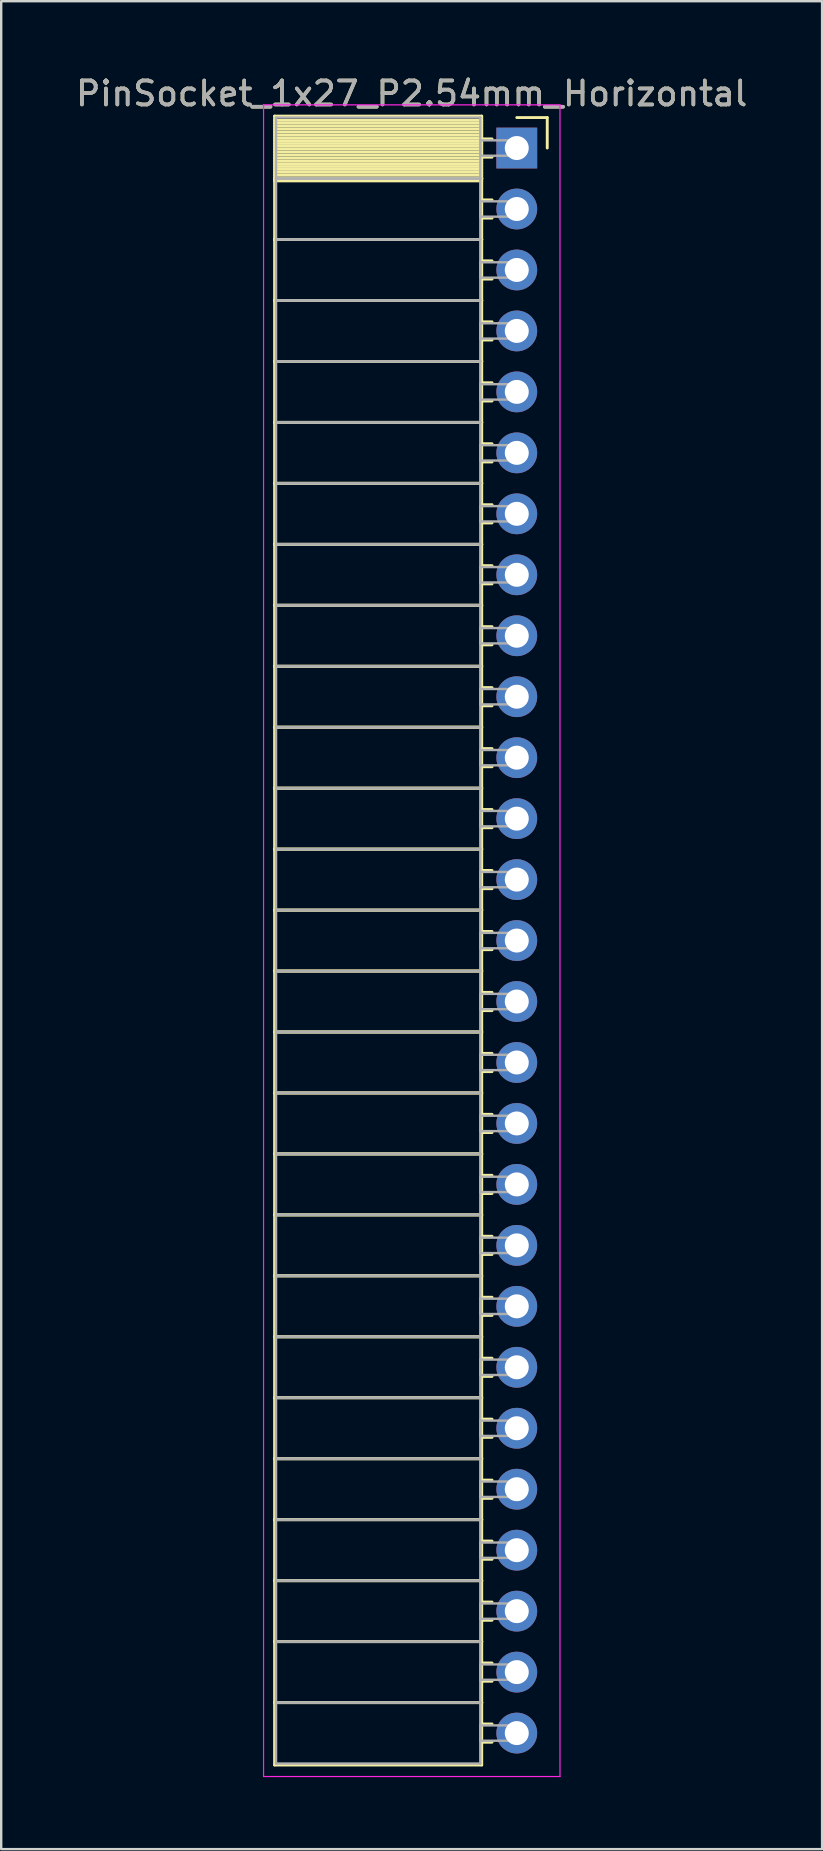
<source format=kicad_pcb>
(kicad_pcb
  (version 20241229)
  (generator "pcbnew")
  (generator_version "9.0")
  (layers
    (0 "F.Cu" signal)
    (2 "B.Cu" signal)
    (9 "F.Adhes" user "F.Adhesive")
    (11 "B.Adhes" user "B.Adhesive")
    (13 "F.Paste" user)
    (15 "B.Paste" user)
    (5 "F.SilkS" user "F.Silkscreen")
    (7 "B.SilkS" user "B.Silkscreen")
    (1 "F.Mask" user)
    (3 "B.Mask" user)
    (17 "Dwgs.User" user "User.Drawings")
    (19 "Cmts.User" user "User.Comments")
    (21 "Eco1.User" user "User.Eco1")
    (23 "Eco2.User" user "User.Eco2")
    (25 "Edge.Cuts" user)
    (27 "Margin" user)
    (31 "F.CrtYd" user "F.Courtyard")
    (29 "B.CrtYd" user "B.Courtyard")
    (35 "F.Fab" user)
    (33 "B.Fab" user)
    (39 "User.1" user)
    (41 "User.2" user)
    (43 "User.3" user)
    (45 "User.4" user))
  (footprint "PinSocket_1x27_P2.54mm_Horizontal"
    (layer "F.Cu")
    (at 18.481 3.118)
    (property "Reference" "PinSocket_1x27_P2.54mm_Horizontal" (at -4.38 -2.27 0) (layer "F.SilkS") (effects (font (size 1 1) (thickness 0.15))))
    (attr through_hole)
    (fp_line (start -10.09 -1.33) (end -1.46 -1.33) (stroke (width 0.12) (type solid)) (layer "F.SilkS"))
    (fp_line (start -10.09 1.27) (end -10.09 -1.33) (stroke (width 0.12) (type solid)) (layer "F.SilkS"))
    (fp_line (start -10.09 1.27) (end -1.46 1.27) (stroke (width 0.12) (type solid)) (layer "F.SilkS"))
    (fp_line (start -10.09 3.81) (end -10.09 1.27) (stroke (width 0.12) (type solid)) (layer "F.SilkS"))
    (fp_line (start -10.09 3.81) (end -1.46 3.81) (stroke (width 0.12) (type solid)) (layer "F.SilkS"))
    (fp_line (start -10.09 6.35) (end -10.09 3.81) (stroke (width 0.12) (type solid)) (layer "F.SilkS"))
    (fp_line (start -10.09 6.35) (end -1.46 6.35) (stroke (width 0.12) (type solid)) (layer "F.SilkS"))
    (fp_line (start -10.09 8.89) (end -10.09 6.35) (stroke (width 0.12) (type solid)) (layer "F.SilkS"))
    (fp_line (start -10.09 8.89) (end -1.46 8.89) (stroke (width 0.12) (type solid)) (layer "F.SilkS"))
    (fp_line (start -10.09 11.43) (end -10.09 8.89) (stroke (width 0.12) (type solid)) (layer "F.SilkS"))
    (fp_line (start -10.09 11.43) (end -1.46 11.43) (stroke (width 0.12) (type solid)) (layer "F.SilkS"))
    (fp_line (start -10.09 13.97) (end -10.09 11.43) (stroke (width 0.12) (type solid)) (layer "F.SilkS"))
    (fp_line (start -10.09 13.97) (end -1.46 13.97) (stroke (width 0.12) (type solid)) (layer "F.SilkS"))
    (fp_line (start -10.09 16.51) (end -10.09 13.97) (stroke (width 0.12) (type solid)) (layer "F.SilkS"))
    (fp_line (start -10.09 16.51) (end -1.46 16.51) (stroke (width 0.12) (type solid)) (layer "F.SilkS"))
    (fp_line (start -10.09 19.05) (end -10.09 16.51) (stroke (width 0.12) (type solid)) (layer "F.SilkS"))
    (fp_line (start -10.09 19.05) (end -1.46 19.05) (stroke (width 0.12) (type solid)) (layer "F.SilkS"))
    (fp_line (start -10.09 21.59) (end -10.09 19.05) (stroke (width 0.12) (type solid)) (layer "F.SilkS"))
    (fp_line (start -10.09 21.59) (end -1.46 21.59) (stroke (width 0.12) (type solid)) (layer "F.SilkS"))
    (fp_line (start -10.09 24.13) (end -10.09 21.59) (stroke (width 0.12) (type solid)) (layer "F.SilkS"))
    (fp_line (start -10.09 24.13) (end -1.46 24.13) (stroke (width 0.12) (type solid)) (layer "F.SilkS"))
    (fp_line (start -10.09 26.67) (end -10.09 24.13) (stroke (width 0.12) (type solid)) (layer "F.SilkS"))
    (fp_line (start -10.09 26.67) (end -1.46 26.67) (stroke (width 0.12) (type solid)) (layer "F.SilkS"))
    (fp_line (start -10.09 29.21) (end -10.09 26.67) (stroke (width 0.12) (type solid)) (layer "F.SilkS"))
    (fp_line (start -10.09 29.21) (end -1.46 29.21) (stroke (width 0.12) (type solid)) (layer "F.SilkS"))
    (fp_line (start -10.09 31.75) (end -10.09 29.21) (stroke (width 0.12) (type solid)) (layer "F.SilkS"))
    (fp_line (start -10.09 31.75) (end -1.46 31.75) (stroke (width 0.12) (type solid)) (layer "F.SilkS"))
    (fp_line (start -10.09 34.29) (end -10.09 31.75) (stroke (width 0.12) (type solid)) (layer "F.SilkS"))
    (fp_line (start -10.09 34.29) (end -1.46 34.29) (stroke (width 0.12) (type solid)) (layer "F.SilkS"))
    (fp_line (start -10.09 36.83) (end -10.09 34.29) (stroke (width 0.12) (type solid)) (layer "F.SilkS"))
    (fp_line (start -10.09 36.83) (end -1.46 36.83) (stroke (width 0.12) (type solid)) (layer "F.SilkS"))
    (fp_line (start -10.09 39.37) (end -10.09 36.83) (stroke (width 0.12) (type solid)) (layer "F.SilkS"))
    (fp_line (start -10.09 39.37) (end -1.46 39.37) (stroke (width 0.12) (type solid)) (layer "F.SilkS"))
    (fp_line (start -10.09 41.91) (end -10.09 39.37) (stroke (width 0.12) (type solid)) (layer "F.SilkS"))
    (fp_line (start -10.09 41.91) (end -1.46 41.91) (stroke (width 0.12) (type solid)) (layer "F.SilkS"))
    (fp_line (start -10.09 44.45) (end -10.09 41.91) (stroke (width 0.12) (type solid)) (layer "F.SilkS"))
    (fp_line (start -10.09 44.45) (end -1.46 44.45) (stroke (width 0.12) (type solid)) (layer "F.SilkS"))
    (fp_line (start -10.09 46.99) (end -10.09 44.45) (stroke (width 0.12) (type solid)) (layer "F.SilkS"))
    (fp_line (start -10.09 46.99) (end -1.46 46.99) (stroke (width 0.12) (type solid)) (layer "F.SilkS"))
    (fp_line (start -10.09 49.53) (end -10.09 46.99) (stroke (width 0.12) (type solid)) (layer "F.SilkS"))
    (fp_line (start -10.09 49.53) (end -1.46 49.53) (stroke (width 0.12) (type solid)) (layer "F.SilkS"))
    (fp_line (start -10.09 52.07) (end -10.09 49.53) (stroke (width 0.12) (type solid)) (layer "F.SilkS"))
    (fp_line (start -10.09 52.07) (end -1.46 52.07) (stroke (width 0.12) (type solid)) (layer "F.SilkS"))
    (fp_line (start -10.09 54.61) (end -10.09 52.07) (stroke (width 0.12) (type solid)) (layer "F.SilkS"))
    (fp_line (start -10.09 54.61) (end -1.46 54.61) (stroke (width 0.12) (type solid)) (layer "F.SilkS"))
    (fp_line (start -10.09 57.15) (end -10.09 54.61) (stroke (width 0.12) (type solid)) (layer "F.SilkS"))
    (fp_line (start -10.09 57.15) (end -1.46 57.15) (stroke (width 0.12) (type solid)) (layer "F.SilkS"))
    (fp_line (start -10.09 59.69) (end -10.09 57.15) (stroke (width 0.12) (type solid)) (layer "F.SilkS"))
    (fp_line (start -10.09 59.69) (end -1.46 59.69) (stroke (width 0.12) (type solid)) (layer "F.SilkS"))
    (fp_line (start -10.09 62.23) (end -10.09 59.69) (stroke (width 0.12) (type solid)) (layer "F.SilkS"))
    (fp_line (start -10.09 62.23) (end -1.46 62.23) (stroke (width 0.12) (type solid)) (layer "F.SilkS"))
    (fp_line (start -10.09 64.77) (end -10.09 62.23) (stroke (width 0.12) (type solid)) (layer "F.SilkS"))
    (fp_line (start -10.09 64.77) (end -1.46 64.77) (stroke (width 0.12) (type solid)) (layer "F.SilkS"))
    (fp_line (start -10.09 67.37) (end -10.09 64.77) (stroke (width 0.12) (type solid)) (layer "F.SilkS"))
    (fp_line (start -1.46 -1.33) (end -1.46 1.27) (stroke (width 0.12) (type solid)) (layer "F.SilkS"))
    (fp_line (start -1.46 -1.15) (end -10.09 -1.15) (stroke (width 0.12) (type solid)) (layer "F.SilkS"))
    (fp_line (start -1.46 -1.03) (end -10.09 -1.03) (stroke (width 0.12) (type solid)) (layer "F.SilkS"))
    (fp_line (start -1.46 -0.91) (end -10.09 -0.91) (stroke (width 0.12) (type solid)) (layer "F.SilkS"))
    (fp_line (start -1.46 -0.79) (end -10.09 -0.79) (stroke (width 0.12) (type solid)) (layer "F.SilkS"))
    (fp_line (start -1.46 -0.67) (end -10.09 -0.67) (stroke (width 0.12) (type solid)) (layer "F.SilkS"))
    (fp_line (start -1.46 -0.55) (end -10.09 -0.55) (stroke (width 0.12) (type solid)) (layer "F.SilkS"))
    (fp_line (start -1.46 -0.43) (end -10.09 -0.43) (stroke (width 0.12) (type solid)) (layer "F.SilkS"))
    (fp_line (start -1.46 -0.31) (end -10.09 -0.31) (stroke (width 0.12) (type solid)) (layer "F.SilkS"))
    (fp_line (start -1.46 -0.19) (end -10.09 -0.19) (stroke (width 0.12) (type solid)) (layer "F.SilkS"))
    (fp_line (start -1.46 -0.07) (end -10.09 -0.07) (stroke (width 0.12) (type solid)) (layer "F.SilkS"))
    (fp_line (start -1.46 0.05) (end -10.09 0.05) (stroke (width 0.12) (type solid)) (layer "F.SilkS"))
    (fp_line (start -1.46 0.17) (end -10.09 0.17) (stroke (width 0.12) (type solid)) (layer "F.SilkS"))
    (fp_line (start -1.46 0.29) (end -10.09 0.29) (stroke (width 0.12) (type solid)) (layer "F.SilkS"))
    (fp_line (start -1.46 0.41) (end -10.09 0.41) (stroke (width 0.12) (type solid)) (layer "F.SilkS"))
    (fp_line (start -1.46 0.53) (end -10.09 0.53) (stroke (width 0.12) (type solid)) (layer "F.SilkS"))
    (fp_line (start -1.46 0.65) (end -10.09 0.65) (stroke (width 0.12) (type solid)) (layer "F.SilkS"))
    (fp_line (start -1.46 0.77) (end -10.09 0.77) (stroke (width 0.12) (type solid)) (layer "F.SilkS"))
    (fp_line (start -1.46 0.89) (end -10.09 0.89) (stroke (width 0.12) (type solid)) (layer "F.SilkS"))
    (fp_line (start -1.46 1.01) (end -10.09 1.01) (stroke (width 0.12) (type solid)) (layer "F.SilkS"))
    (fp_line (start -1.46 1.13) (end -10.09 1.13) (stroke (width 0.12) (type solid)) (layer "F.SilkS"))
    (fp_line (start -1.46 1.25) (end -10.09 1.25) (stroke (width 0.12) (type solid)) (layer "F.SilkS"))
    (fp_line (start -1.46 1.27) (end -10.09 1.27) (stroke (width 0.12) (type solid)) (layer "F.SilkS"))
    (fp_line (start -1.46 1.27) (end -1.46 3.81) (stroke (width 0.12) (type solid)) (layer "F.SilkS"))
    (fp_line (start -1.46 1.37) (end -10.09 1.37) (stroke (width 0.12) (type solid)) (layer "F.SilkS"))
    (fp_line (start -1.46 3.81) (end -10.09 3.81) (stroke (width 0.12) (type solid)) (layer "F.SilkS"))
    (fp_line (start -1.46 3.81) (end -1.46 6.35) (stroke (width 0.12) (type solid)) (layer "F.SilkS"))
    (fp_line (start -1.46 6.35) (end -10.09 6.35) (stroke (width 0.12) (type solid)) (layer "F.SilkS"))
    (fp_line (start -1.46 6.35) (end -1.46 8.89) (stroke (width 0.12) (type solid)) (layer "F.SilkS"))
    (fp_line (start -1.46 8.89) (end -10.09 8.89) (stroke (width 0.12) (type solid)) (layer "F.SilkS"))
    (fp_line (start -1.46 8.89) (end -1.46 11.43) (stroke (width 0.12) (type solid)) (layer "F.SilkS"))
    (fp_line (start -1.46 11.43) (end -10.09 11.43) (stroke (width 0.12) (type solid)) (layer "F.SilkS"))
    (fp_line (start -1.46 11.43) (end -1.46 13.97) (stroke (width 0.12) (type solid)) (layer "F.SilkS"))
    (fp_line (start -1.46 13.97) (end -10.09 13.97) (stroke (width 0.12) (type solid)) (layer "F.SilkS"))
    (fp_line (start -1.46 13.97) (end -1.46 16.51) (stroke (width 0.12) (type solid)) (layer "F.SilkS"))
    (fp_line (start -1.46 16.51) (end -10.09 16.51) (stroke (width 0.12) (type solid)) (layer "F.SilkS"))
    (fp_line (start -1.46 16.51) (end -1.46 19.05) (stroke (width 0.12) (type solid)) (layer "F.SilkS"))
    (fp_line (start -1.46 19.05) (end -10.09 19.05) (stroke (width 0.12) (type solid)) (layer "F.SilkS"))
    (fp_line (start -1.46 19.05) (end -1.46 21.59) (stroke (width 0.12) (type solid)) (layer "F.SilkS"))
    (fp_line (start -1.46 21.59) (end -10.09 21.59) (stroke (width 0.12) (type solid)) (layer "F.SilkS"))
    (fp_line (start -1.46 21.59) (end -1.46 24.13) (stroke (width 0.12) (type solid)) (layer "F.SilkS"))
    (fp_line (start -1.46 24.13) (end -10.09 24.13) (stroke (width 0.12) (type solid)) (layer "F.SilkS"))
    (fp_line (start -1.46 24.13) (end -1.46 26.67) (stroke (width 0.12) (type solid)) (layer "F.SilkS"))
    (fp_line (start -1.46 26.67) (end -10.09 26.67) (stroke (width 0.12) (type solid)) (layer "F.SilkS"))
    (fp_line (start -1.46 26.67) (end -1.46 29.21) (stroke (width 0.12) (type solid)) (layer "F.SilkS"))
    (fp_line (start -1.46 29.21) (end -10.09 29.21) (stroke (width 0.12) (type solid)) (layer "F.SilkS"))
    (fp_line (start -1.46 29.21) (end -1.46 31.75) (stroke (width 0.12) (type solid)) (layer "F.SilkS"))
    (fp_line (start -1.46 31.75) (end -10.09 31.75) (stroke (width 0.12) (type solid)) (layer "F.SilkS"))
    (fp_line (start -1.46 31.75) (end -1.46 34.29) (stroke (width 0.12) (type solid)) (layer "F.SilkS"))
    (fp_line (start -1.46 34.29) (end -10.09 34.29) (stroke (width 0.12) (type solid)) (layer "F.SilkS"))
    (fp_line (start -1.46 34.29) (end -1.46 36.83) (stroke (width 0.12) (type solid)) (layer "F.SilkS"))
    (fp_line (start -1.46 36.83) (end -10.09 36.83) (stroke (width 0.12) (type solid)) (layer "F.SilkS"))
    (fp_line (start -1.46 36.83) (end -1.46 39.37) (stroke (width 0.12) (type solid)) (layer "F.SilkS"))
    (fp_line (start -1.46 39.37) (end -10.09 39.37) (stroke (width 0.12) (type solid)) (layer "F.SilkS"))
    (fp_line (start -1.46 39.37) (end -1.46 41.91) (stroke (width 0.12) (type solid)) (layer "F.SilkS"))
    (fp_line (start -1.46 41.91) (end -10.09 41.91) (stroke (width 0.12) (type solid)) (layer "F.SilkS"))
    (fp_line (start -1.46 41.91) (end -1.46 44.45) (stroke (width 0.12) (type solid)) (layer "F.SilkS"))
    (fp_line (start -1.46 44.45) (end -10.09 44.45) (stroke (width 0.12) (type solid)) (layer "F.SilkS"))
    (fp_line (start -1.46 44.45) (end -1.46 46.99) (stroke (width 0.12) (type solid)) (layer "F.SilkS"))
    (fp_line (start -1.46 46.99) (end -10.09 46.99) (stroke (width 0.12) (type solid)) (layer "F.SilkS"))
    (fp_line (start -1.46 46.99) (end -1.46 49.53) (stroke (width 0.12) (type solid)) (layer "F.SilkS"))
    (fp_line (start -1.46 49.53) (end -10.09 49.53) (stroke (width 0.12) (type solid)) (layer "F.SilkS"))
    (fp_line (start -1.46 49.53) (end -1.46 52.07) (stroke (width 0.12) (type solid)) (layer "F.SilkS"))
    (fp_line (start -1.46 52.07) (end -10.09 52.07) (stroke (width 0.12) (type solid)) (layer "F.SilkS"))
    (fp_line (start -1.46 52.07) (end -1.46 54.61) (stroke (width 0.12) (type solid)) (layer "F.SilkS"))
    (fp_line (start -1.46 54.61) (end -10.09 54.61) (stroke (width 0.12) (type solid)) (layer "F.SilkS"))
    (fp_line (start -1.46 54.61) (end -1.46 57.15) (stroke (width 0.12) (type solid)) (layer "F.SilkS"))
    (fp_line (start -1.46 57.15) (end -10.09 57.15) (stroke (width 0.12) (type solid)) (layer "F.SilkS"))
    (fp_line (start -1.46 57.15) (end -1.46 59.69) (stroke (width 0.12) (type solid)) (layer "F.SilkS"))
    (fp_line (start -1.46 59.69) (end -10.09 59.69) (stroke (width 0.12) (type solid)) (layer "F.SilkS"))
    (fp_line (start -1.46 59.69) (end -1.46 62.23) (stroke (width 0.12) (type solid)) (layer "F.SilkS"))
    (fp_line (start -1.46 62.23) (end -10.09 62.23) (stroke (width 0.12) (type solid)) (layer "F.SilkS"))
    (fp_line (start -1.46 62.23) (end -1.46 64.77) (stroke (width 0.12) (type solid)) (layer "F.SilkS"))
    (fp_line (start -1.46 64.77) (end -10.09 64.77) (stroke (width 0.12) (type solid)) (layer "F.SilkS"))
    (fp_line (start -1.46 64.77) (end -1.46 67.37) (stroke (width 0.12) (type solid)) (layer "F.SilkS"))
    (fp_line (start -1.46 67.37) (end -10.09 67.37) (stroke (width 0.12) (type solid)) (layer "F.SilkS"))
    (fp_line (start -1.03 -0.38) (end -1.46 -0.38) (stroke (width 0.12) (type solid)) (layer "F.SilkS"))
    (fp_line (start -1.03 0.38) (end -1.46 0.38) (stroke (width 0.12) (type solid)) (layer "F.SilkS"))
    (fp_line (start -1.03 2.16) (end -1.46 2.16) (stroke (width 0.12) (type solid)) (layer "F.SilkS"))
    (fp_line (start -1.03 2.92) (end -1.46 2.92) (stroke (width 0.12) (type solid)) (layer "F.SilkS"))
    (fp_line (start -1.03 4.7) (end -1.46 4.7) (stroke (width 0.12) (type solid)) (layer "F.SilkS"))
    (fp_line (start -1.03 5.46) (end -1.46 5.46) (stroke (width 0.12) (type solid)) (layer "F.SilkS"))
    (fp_line (start -1.03 7.24) (end -1.46 7.24) (stroke (width 0.12) (type solid)) (layer "F.SilkS"))
    (fp_line (start -1.03 8) (end -1.46 8) (stroke (width 0.12) (type solid)) (layer "F.SilkS"))
    (fp_line (start -1.03 9.78) (end -1.46 9.78) (stroke (width 0.12) (type solid)) (layer "F.SilkS"))
    (fp_line (start -1.03 10.54) (end -1.46 10.54) (stroke (width 0.12) (type solid)) (layer "F.SilkS"))
    (fp_line (start -1.03 12.32) (end -1.46 12.32) (stroke (width 0.12) (type solid)) (layer "F.SilkS"))
    (fp_line (start -1.03 13.08) (end -1.46 13.08) (stroke (width 0.12) (type solid)) (layer "F.SilkS"))
    (fp_line (start -1.03 14.86) (end -1.46 14.86) (stroke (width 0.12) (type solid)) (layer "F.SilkS"))
    (fp_line (start -1.03 15.62) (end -1.46 15.62) (stroke (width 0.12) (type solid)) (layer "F.SilkS"))
    (fp_line (start -1.03 17.4) (end -1.46 17.4) (stroke (width 0.12) (type solid)) (layer "F.SilkS"))
    (fp_line (start -1.03 18.16) (end -1.46 18.16) (stroke (width 0.12) (type solid)) (layer "F.SilkS"))
    (fp_line (start -1.03 19.94) (end -1.46 19.94) (stroke (width 0.12) (type solid)) (layer "F.SilkS"))
    (fp_line (start -1.03 20.7) (end -1.46 20.7) (stroke (width 0.12) (type solid)) (layer "F.SilkS"))
    (fp_line (start -1.03 22.48) (end -1.46 22.48) (stroke (width 0.12) (type solid)) (layer "F.SilkS"))
    (fp_line (start -1.03 23.24) (end -1.46 23.24) (stroke (width 0.12) (type solid)) (layer "F.SilkS"))
    (fp_line (start -1.03 25.02) (end -1.46 25.02) (stroke (width 0.12) (type solid)) (layer "F.SilkS"))
    (fp_line (start -1.03 25.78) (end -1.46 25.78) (stroke (width 0.12) (type solid)) (layer "F.SilkS"))
    (fp_line (start -1.03 27.56) (end -1.46 27.56) (stroke (width 0.12) (type solid)) (layer "F.SilkS"))
    (fp_line (start -1.03 28.32) (end -1.46 28.32) (stroke (width 0.12) (type solid)) (layer "F.SilkS"))
    (fp_line (start -1.03 30.1) (end -1.46 30.1) (stroke (width 0.12) (type solid)) (layer "F.SilkS"))
    (fp_line (start -1.03 30.86) (end -1.46 30.86) (stroke (width 0.12) (type solid)) (layer "F.SilkS"))
    (fp_line (start -1.03 32.64) (end -1.46 32.64) (stroke (width 0.12) (type solid)) (layer "F.SilkS"))
    (fp_line (start -1.03 33.4) (end -1.46 33.4) (stroke (width 0.12) (type solid)) (layer "F.SilkS"))
    (fp_line (start -1.03 35.18) (end -1.46 35.18) (stroke (width 0.12) (type solid)) (layer "F.SilkS"))
    (fp_line (start -1.03 35.94) (end -1.46 35.94) (stroke (width 0.12) (type solid)) (layer "F.SilkS"))
    (fp_line (start -1.03 37.72) (end -1.46 37.72) (stroke (width 0.12) (type solid)) (layer "F.SilkS"))
    (fp_line (start -1.03 38.48) (end -1.46 38.48) (stroke (width 0.12) (type solid)) (layer "F.SilkS"))
    (fp_line (start -1.03 40.26) (end -1.46 40.26) (stroke (width 0.12) (type solid)) (layer "F.SilkS"))
    (fp_line (start -1.03 41.02) (end -1.46 41.02) (stroke (width 0.12) (type solid)) (layer "F.SilkS"))
    (fp_line (start -1.03 42.8) (end -1.46 42.8) (stroke (width 0.12) (type solid)) (layer "F.SilkS"))
    (fp_line (start -1.03 43.56) (end -1.46 43.56) (stroke (width 0.12) (type solid)) (layer "F.SilkS"))
    (fp_line (start -1.03 45.34) (end -1.46 45.34) (stroke (width 0.12) (type solid)) (layer "F.SilkS"))
    (fp_line (start -1.03 46.1) (end -1.46 46.1) (stroke (width 0.12) (type solid)) (layer "F.SilkS"))
    (fp_line (start -1.03 47.88) (end -1.46 47.88) (stroke (width 0.12) (type solid)) (layer "F.SilkS"))
    (fp_line (start -1.03 48.64) (end -1.46 48.64) (stroke (width 0.12) (type solid)) (layer "F.SilkS"))
    (fp_line (start -1.03 50.42) (end -1.46 50.42) (stroke (width 0.12) (type solid)) (layer "F.SilkS"))
    (fp_line (start -1.03 51.18) (end -1.46 51.18) (stroke (width 0.12) (type solid)) (layer "F.SilkS"))
    (fp_line (start -1.03 52.96) (end -1.46 52.96) (stroke (width 0.12) (type solid)) (layer "F.SilkS"))
    (fp_line (start -1.03 53.72) (end -1.46 53.72) (stroke (width 0.12) (type solid)) (layer "F.SilkS"))
    (fp_line (start -1.03 55.5) (end -1.46 55.5) (stroke (width 0.12) (type solid)) (layer "F.SilkS"))
    (fp_line (start -1.03 56.26) (end -1.46 56.26) (stroke (width 0.12) (type solid)) (layer "F.SilkS"))
    (fp_line (start -1.03 58.04) (end -1.46 58.04) (stroke (width 0.12) (type solid)) (layer "F.SilkS"))
    (fp_line (start -1.03 58.8) (end -1.46 58.8) (stroke (width 0.12) (type solid)) (layer "F.SilkS"))
    (fp_line (start -1.03 60.58) (end -1.46 60.58) (stroke (width 0.12) (type solid)) (layer "F.SilkS"))
    (fp_line (start -1.03 61.34) (end -1.46 61.34) (stroke (width 0.12) (type solid)) (layer "F.SilkS"))
    (fp_line (start -1.03 63.12) (end -1.46 63.12) (stroke (width 0.12) (type solid)) (layer "F.SilkS"))
    (fp_line (start -1.03 63.88) (end -1.46 63.88) (stroke (width 0.12) (type solid)) (layer "F.SilkS"))
    (fp_line (start -1.03 65.66) (end -1.46 65.66) (stroke (width 0.12) (type solid)) (layer "F.SilkS"))
    (fp_line (start -1.03 66.42) (end -1.46 66.42) (stroke (width 0.12) (type solid)) (layer "F.SilkS"))
    (fp_line (start 0 -1.27) (end 1.27 -1.27) (stroke (width 0.12) (type solid)) (layer "F.SilkS"))
    (fp_line (start 1.27 -1.27) (end 1.27 0) (stroke (width 0.12) (type solid)) (layer "F.SilkS"))
    (fp_line (start -10.55 -1.8) (end 1.8 -1.8) (stroke (width 0.05) (type solid)) (layer "F.CrtYd"))
    (fp_line (start -10.55 67.85) (end -10.55 -1.8) (stroke (width 0.05) (type solid)) (layer "F.CrtYd"))
    (fp_line (start 1.8 -1.8) (end 1.8 67.85) (stroke (width 0.05) (type solid)) (layer "F.CrtYd"))
    (fp_line (start 1.8 67.85) (end -10.55 67.85) (stroke (width 0.05) (type solid)) (layer "F.CrtYd"))
    (fp_line (start -10.03 -1.27) (end -1.52 -1.27) (stroke (width 0.1) (type solid)) (layer "F.Fab"))
    (fp_line (start -10.03 1.27) (end -10.03 -1.27) (stroke (width 0.1) (type solid)) (layer "F.Fab"))
    (fp_line (start -10.03 1.27) (end -1.52 1.27) (stroke (width 0.1) (type solid)) (layer "F.Fab"))
    (fp_line (start -10.03 3.81) (end -10.03 1.27) (stroke (width 0.1) (type solid)) (layer "F.Fab"))
    (fp_line (start -10.03 3.81) (end -1.52 3.81) (stroke (width 0.1) (type solid)) (layer "F.Fab"))
    (fp_line (start -10.03 6.35) (end -10.03 3.81) (stroke (width 0.1) (type solid)) (layer "F.Fab"))
    (fp_line (start -10.03 6.35) (end -1.52 6.35) (stroke (width 0.1) (type solid)) (layer "F.Fab"))
    (fp_line (start -10.03 8.89) (end -10.03 6.35) (stroke (width 0.1) (type solid)) (layer "F.Fab"))
    (fp_line (start -10.03 8.89) (end -1.52 8.89) (stroke (width 0.1) (type solid)) (layer "F.Fab"))
    (fp_line (start -10.03 11.43) (end -10.03 8.89) (stroke (width 0.1) (type solid)) (layer "F.Fab"))
    (fp_line (start -10.03 11.43) (end -1.52 11.43) (stroke (width 0.1) (type solid)) (layer "F.Fab"))
    (fp_line (start -10.03 13.97) (end -10.03 11.43) (stroke (width 0.1) (type solid)) (layer "F.Fab"))
    (fp_line (start -10.03 13.97) (end -1.52 13.97) (stroke (width 0.1) (type solid)) (layer "F.Fab"))
    (fp_line (start -10.03 16.51) (end -10.03 13.97) (stroke (width 0.1) (type solid)) (layer "F.Fab"))
    (fp_line (start -10.03 16.51) (end -1.52 16.51) (stroke (width 0.1) (type solid)) (layer "F.Fab"))
    (fp_line (start -10.03 19.05) (end -10.03 16.51) (stroke (width 0.1) (type solid)) (layer "F.Fab"))
    (fp_line (start -10.03 19.05) (end -1.52 19.05) (stroke (width 0.1) (type solid)) (layer "F.Fab"))
    (fp_line (start -10.03 21.59) (end -10.03 19.05) (stroke (width 0.1) (type solid)) (layer "F.Fab"))
    (fp_line (start -10.03 21.59) (end -1.52 21.59) (stroke (width 0.1) (type solid)) (layer "F.Fab"))
    (fp_line (start -10.03 24.13) (end -10.03 21.59) (stroke (width 0.1) (type solid)) (layer "F.Fab"))
    (fp_line (start -10.03 24.13) (end -1.52 24.13) (stroke (width 0.1) (type solid)) (layer "F.Fab"))
    (fp_line (start -10.03 26.67) (end -10.03 24.13) (stroke (width 0.1) (type solid)) (layer "F.Fab"))
    (fp_line (start -10.03 26.67) (end -1.52 26.67) (stroke (width 0.1) (type solid)) (layer "F.Fab"))
    (fp_line (start -10.03 29.21) (end -10.03 26.67) (stroke (width 0.1) (type solid)) (layer "F.Fab"))
    (fp_line (start -10.03 29.21) (end -1.52 29.21) (stroke (width 0.1) (type solid)) (layer "F.Fab"))
    (fp_line (start -10.03 31.75) (end -10.03 29.21) (stroke (width 0.1) (type solid)) (layer "F.Fab"))
    (fp_line (start -10.03 31.75) (end -1.52 31.75) (stroke (width 0.1) (type solid)) (layer "F.Fab"))
    (fp_line (start -10.03 34.29) (end -10.03 31.75) (stroke (width 0.1) (type solid)) (layer "F.Fab"))
    (fp_line (start -10.03 34.29) (end -1.52 34.29) (stroke (width 0.1) (type solid)) (layer "F.Fab"))
    (fp_line (start -10.03 36.83) (end -10.03 34.29) (stroke (width 0.1) (type solid)) (layer "F.Fab"))
    (fp_line (start -10.03 36.83) (end -1.52 36.83) (stroke (width 0.1) (type solid)) (layer "F.Fab"))
    (fp_line (start -10.03 39.37) (end -10.03 36.83) (stroke (width 0.1) (type solid)) (layer "F.Fab"))
    (fp_line (start -10.03 39.37) (end -1.52 39.37) (stroke (width 0.1) (type solid)) (layer "F.Fab"))
    (fp_line (start -10.03 41.91) (end -10.03 39.37) (stroke (width 0.1) (type solid)) (layer "F.Fab"))
    (fp_line (start -10.03 41.91) (end -1.52 41.91) (stroke (width 0.1) (type solid)) (layer "F.Fab"))
    (fp_line (start -10.03 44.45) (end -10.03 41.91) (stroke (width 0.1) (type solid)) (layer "F.Fab"))
    (fp_line (start -10.03 44.45) (end -1.52 44.45) (stroke (width 0.1) (type solid)) (layer "F.Fab"))
    (fp_line (start -10.03 46.99) (end -10.03 44.45) (stroke (width 0.1) (type solid)) (layer "F.Fab"))
    (fp_line (start -10.03 46.99) (end -1.52 46.99) (stroke (width 0.1) (type solid)) (layer "F.Fab"))
    (fp_line (start -10.03 49.53) (end -10.03 46.99) (stroke (width 0.1) (type solid)) (layer "F.Fab"))
    (fp_line (start -10.03 49.53) (end -1.52 49.53) (stroke (width 0.1) (type solid)) (layer "F.Fab"))
    (fp_line (start -10.03 52.07) (end -10.03 49.53) (stroke (width 0.1) (type solid)) (layer "F.Fab"))
    (fp_line (start -10.03 52.07) (end -1.52 52.07) (stroke (width 0.1) (type solid)) (layer "F.Fab"))
    (fp_line (start -10.03 54.61) (end -10.03 52.07) (stroke (width 0.1) (type solid)) (layer "F.Fab"))
    (fp_line (start -10.03 54.61) (end -1.52 54.61) (stroke (width 0.1) (type solid)) (layer "F.Fab"))
    (fp_line (start -10.03 57.15) (end -10.03 54.61) (stroke (width 0.1) (type solid)) (layer "F.Fab"))
    (fp_line (start -10.03 57.15) (end -1.52 57.15) (stroke (width 0.1) (type solid)) (layer "F.Fab"))
    (fp_line (start -10.03 59.69) (end -10.03 57.15) (stroke (width 0.1) (type solid)) (layer "F.Fab"))
    (fp_line (start -10.03 59.69) (end -1.52 59.69) (stroke (width 0.1) (type solid)) (layer "F.Fab"))
    (fp_line (start -10.03 62.23) (end -10.03 59.69) (stroke (width 0.1) (type solid)) (layer "F.Fab"))
    (fp_line (start -10.03 62.23) (end -1.52 62.23) (stroke (width 0.1) (type solid)) (layer "F.Fab"))
    (fp_line (start -10.03 64.77) (end -10.03 62.23) (stroke (width 0.1) (type solid)) (layer "F.Fab"))
    (fp_line (start -10.03 64.77) (end -1.52 64.77) (stroke (width 0.1) (type solid)) (layer "F.Fab"))
    (fp_line (start -10.03 67.31) (end -10.03 64.77) (stroke (width 0.1) (type solid)) (layer "F.Fab"))
    (fp_line (start -1.52 -1.27) (end -1.52 1.27) (stroke (width 0.1) (type solid)) (layer "F.Fab"))
    (fp_line (start -1.52 -0.32) (end 0 -0.32) (stroke (width 0.1) (type solid)) (layer "F.Fab"))
    (fp_line (start -1.52 0.32) (end -1.52 -0.32) (stroke (width 0.1) (type solid)) (layer "F.Fab"))
    (fp_line (start -1.52 1.27) (end -10.03 1.27) (stroke (width 0.1) (type solid)) (layer "F.Fab"))
    (fp_line (start -1.52 1.27) (end -1.52 3.81) (stroke (width 0.1) (type solid)) (layer "F.Fab"))
    (fp_line (start -1.52 2.22) (end 0 2.22) (stroke (width 0.1) (type solid)) (layer "F.Fab"))
    (fp_line (start -1.52 2.86) (end -1.52 2.22) (stroke (width 0.1) (type solid)) (layer "F.Fab"))
    (fp_line (start -1.52 3.81) (end -10.03 3.81) (stroke (width 0.1) (type solid)) (layer "F.Fab"))
    (fp_line (start -1.52 3.81) (end -1.52 6.35) (stroke (width 0.1) (type solid)) (layer "F.Fab"))
    (fp_line (start -1.52 4.76) (end 0 4.76) (stroke (width 0.1) (type solid)) (layer "F.Fab"))
    (fp_line (start -1.52 5.4) (end -1.52 4.76) (stroke (width 0.1) (type solid)) (layer "F.Fab"))
    (fp_line (start -1.52 6.35) (end -10.03 6.35) (stroke (width 0.1) (type solid)) (layer "F.Fab"))
    (fp_line (start -1.52 6.35) (end -1.52 8.89) (stroke (width 0.1) (type solid)) (layer "F.Fab"))
    (fp_line (start -1.52 7.3) (end 0 7.3) (stroke (width 0.1) (type solid)) (layer "F.Fab"))
    (fp_line (start -1.52 7.94) (end -1.52 7.3) (stroke (width 0.1) (type solid)) (layer "F.Fab"))
    (fp_line (start -1.52 8.89) (end -10.03 8.89) (stroke (width 0.1) (type solid)) (layer "F.Fab"))
    (fp_line (start -1.52 8.89) (end -1.52 11.43) (stroke (width 0.1) (type solid)) (layer "F.Fab"))
    (fp_line (start -1.52 9.84) (end 0 9.84) (stroke (width 0.1) (type solid)) (layer "F.Fab"))
    (fp_line (start -1.52 10.48) (end -1.52 9.84) (stroke (width 0.1) (type solid)) (layer "F.Fab"))
    (fp_line (start -1.52 11.43) (end -10.03 11.43) (stroke (width 0.1) (type solid)) (layer "F.Fab"))
    (fp_line (start -1.52 11.43) (end -1.52 13.97) (stroke (width 0.1) (type solid)) (layer "F.Fab"))
    (fp_line (start -1.52 12.38) (end 0 12.38) (stroke (width 0.1) (type solid)) (layer "F.Fab"))
    (fp_line (start -1.52 13.02) (end -1.52 12.38) (stroke (width 0.1) (type solid)) (layer "F.Fab"))
    (fp_line (start -1.52 13.97) (end -10.03 13.97) (stroke (width 0.1) (type solid)) (layer "F.Fab"))
    (fp_line (start -1.52 13.97) (end -1.52 16.51) (stroke (width 0.1) (type solid)) (layer "F.Fab"))
    (fp_line (start -1.52 14.92) (end 0 14.92) (stroke (width 0.1) (type solid)) (layer "F.Fab"))
    (fp_line (start -1.52 15.56) (end -1.52 14.92) (stroke (width 0.1) (type solid)) (layer "F.Fab"))
    (fp_line (start -1.52 16.51) (end -10.03 16.51) (stroke (width 0.1) (type solid)) (layer "F.Fab"))
    (fp_line (start -1.52 16.51) (end -1.52 19.05) (stroke (width 0.1) (type solid)) (layer "F.Fab"))
    (fp_line (start -1.52 17.46) (end 0 17.46) (stroke (width 0.1) (type solid)) (layer "F.Fab"))
    (fp_line (start -1.52 18.1) (end -1.52 17.46) (stroke (width 0.1) (type solid)) (layer "F.Fab"))
    (fp_line (start -1.52 19.05) (end -10.03 19.05) (stroke (width 0.1) (type solid)) (layer "F.Fab"))
    (fp_line (start -1.52 19.05) (end -1.52 21.59) (stroke (width 0.1) (type solid)) (layer "F.Fab"))
    (fp_line (start -1.52 20) (end 0 20) (stroke (width 0.1) (type solid)) (layer "F.Fab"))
    (fp_line (start -1.52 20.64) (end -1.52 20) (stroke (width 0.1) (type solid)) (layer "F.Fab"))
    (fp_line (start -1.52 21.59) (end -10.03 21.59) (stroke (width 0.1) (type solid)) (layer "F.Fab"))
    (fp_line (start -1.52 21.59) (end -1.52 24.13) (stroke (width 0.1) (type solid)) (layer "F.Fab"))
    (fp_line (start -1.52 22.54) (end 0 22.54) (stroke (width 0.1) (type solid)) (layer "F.Fab"))
    (fp_line (start -1.52 23.18) (end -1.52 22.54) (stroke (width 0.1) (type solid)) (layer "F.Fab"))
    (fp_line (start -1.52 24.13) (end -10.03 24.13) (stroke (width 0.1) (type solid)) (layer "F.Fab"))
    (fp_line (start -1.52 24.13) (end -1.52 26.67) (stroke (width 0.1) (type solid)) (layer "F.Fab"))
    (fp_line (start -1.52 25.08) (end 0 25.08) (stroke (width 0.1) (type solid)) (layer "F.Fab"))
    (fp_line (start -1.52 25.72) (end -1.52 25.08) (stroke (width 0.1) (type solid)) (layer "F.Fab"))
    (fp_line (start -1.52 26.67) (end -10.03 26.67) (stroke (width 0.1) (type solid)) (layer "F.Fab"))
    (fp_line (start -1.52 26.67) (end -1.52 29.21) (stroke (width 0.1) (type solid)) (layer "F.Fab"))
    (fp_line (start -1.52 27.62) (end 0 27.62) (stroke (width 0.1) (type solid)) (layer "F.Fab"))
    (fp_line (start -1.52 28.26) (end -1.52 27.62) (stroke (width 0.1) (type solid)) (layer "F.Fab"))
    (fp_line (start -1.52 29.21) (end -10.03 29.21) (stroke (width 0.1) (type solid)) (layer "F.Fab"))
    (fp_line (start -1.52 29.21) (end -1.52 31.75) (stroke (width 0.1) (type solid)) (layer "F.Fab"))
    (fp_line (start -1.52 30.16) (end 0 30.16) (stroke (width 0.1) (type solid)) (layer "F.Fab"))
    (fp_line (start -1.52 30.8) (end -1.52 30.16) (stroke (width 0.1) (type solid)) (layer "F.Fab"))
    (fp_line (start -1.52 31.75) (end -10.03 31.75) (stroke (width 0.1) (type solid)) (layer "F.Fab"))
    (fp_line (start -1.52 31.75) (end -1.52 34.29) (stroke (width 0.1) (type solid)) (layer "F.Fab"))
    (fp_line (start -1.52 32.7) (end 0 32.7) (stroke (width 0.1) (type solid)) (layer "F.Fab"))
    (fp_line (start -1.52 33.34) (end -1.52 32.7) (stroke (width 0.1) (type solid)) (layer "F.Fab"))
    (fp_line (start -1.52 34.29) (end -10.03 34.29) (stroke (width 0.1) (type solid)) (layer "F.Fab"))
    (fp_line (start -1.52 34.29) (end -1.52 36.83) (stroke (width 0.1) (type solid)) (layer "F.Fab"))
    (fp_line (start -1.52 35.24) (end 0 35.24) (stroke (width 0.1) (type solid)) (layer "F.Fab"))
    (fp_line (start -1.52 35.88) (end -1.52 35.24) (stroke (width 0.1) (type solid)) (layer "F.Fab"))
    (fp_line (start -1.52 36.83) (end -10.03 36.83) (stroke (width 0.1) (type solid)) (layer "F.Fab"))
    (fp_line (start -1.52 36.83) (end -1.52 39.37) (stroke (width 0.1) (type solid)) (layer "F.Fab"))
    (fp_line (start -1.52 37.78) (end 0 37.78) (stroke (width 0.1) (type solid)) (layer "F.Fab"))
    (fp_line (start -1.52 38.42) (end -1.52 37.78) (stroke (width 0.1) (type solid)) (layer "F.Fab"))
    (fp_line (start -1.52 39.37) (end -10.03 39.37) (stroke (width 0.1) (type solid)) (layer "F.Fab"))
    (fp_line (start -1.52 39.37) (end -1.52 41.91) (stroke (width 0.1) (type solid)) (layer "F.Fab"))
    (fp_line (start -1.52 40.32) (end 0 40.32) (stroke (width 0.1) (type solid)) (layer "F.Fab"))
    (fp_line (start -1.52 40.96) (end -1.52 40.32) (stroke (width 0.1) (type solid)) (layer "F.Fab"))
    (fp_line (start -1.52 41.91) (end -10.03 41.91) (stroke (width 0.1) (type solid)) (layer "F.Fab"))
    (fp_line (start -1.52 41.91) (end -1.52 44.45) (stroke (width 0.1) (type solid)) (layer "F.Fab"))
    (fp_line (start -1.52 42.86) (end 0 42.86) (stroke (width 0.1) (type solid)) (layer "F.Fab"))
    (fp_line (start -1.52 43.5) (end -1.52 42.86) (stroke (width 0.1) (type solid)) (layer "F.Fab"))
    (fp_line (start -1.52 44.45) (end -10.03 44.45) (stroke (width 0.1) (type solid)) (layer "F.Fab"))
    (fp_line (start -1.52 44.45) (end -1.52 46.99) (stroke (width 0.1) (type solid)) (layer "F.Fab"))
    (fp_line (start -1.52 45.4) (end 0 45.4) (stroke (width 0.1) (type solid)) (layer "F.Fab"))
    (fp_line (start -1.52 46.04) (end -1.52 45.4) (stroke (width 0.1) (type solid)) (layer "F.Fab"))
    (fp_line (start -1.52 46.99) (end -10.03 46.99) (stroke (width 0.1) (type solid)) (layer "F.Fab"))
    (fp_line (start -1.52 46.99) (end -1.52 49.53) (stroke (width 0.1) (type solid)) (layer "F.Fab"))
    (fp_line (start -1.52 47.94) (end 0 47.94) (stroke (width 0.1) (type solid)) (layer "F.Fab"))
    (fp_line (start -1.52 48.58) (end -1.52 47.94) (stroke (width 0.1) (type solid)) (layer "F.Fab"))
    (fp_line (start -1.52 49.53) (end -10.03 49.53) (stroke (width 0.1) (type solid)) (layer "F.Fab"))
    (fp_line (start -1.52 49.53) (end -1.52 52.07) (stroke (width 0.1) (type solid)) (layer "F.Fab"))
    (fp_line (start -1.52 50.48) (end 0 50.48) (stroke (width 0.1) (type solid)) (layer "F.Fab"))
    (fp_line (start -1.52 51.12) (end -1.52 50.48) (stroke (width 0.1) (type solid)) (layer "F.Fab"))
    (fp_line (start -1.52 52.07) (end -10.03 52.07) (stroke (width 0.1) (type solid)) (layer "F.Fab"))
    (fp_line (start -1.52 52.07) (end -1.52 54.61) (stroke (width 0.1) (type solid)) (layer "F.Fab"))
    (fp_line (start -1.52 53.02) (end 0 53.02) (stroke (width 0.1) (type solid)) (layer "F.Fab"))
    (fp_line (start -1.52 53.66) (end -1.52 53.02) (stroke (width 0.1) (type solid)) (layer "F.Fab"))
    (fp_line (start -1.52 54.61) (end -10.03 54.61) (stroke (width 0.1) (type solid)) (layer "F.Fab"))
    (fp_line (start -1.52 54.61) (end -1.52 57.15) (stroke (width 0.1) (type solid)) (layer "F.Fab"))
    (fp_line (start -1.52 55.56) (end 0 55.56) (stroke (width 0.1) (type solid)) (layer "F.Fab"))
    (fp_line (start -1.52 56.2) (end -1.52 55.56) (stroke (width 0.1) (type solid)) (layer "F.Fab"))
    (fp_line (start -1.52 57.15) (end -10.03 57.15) (stroke (width 0.1) (type solid)) (layer "F.Fab"))
    (fp_line (start -1.52 57.15) (end -1.52 59.69) (stroke (width 0.1) (type solid)) (layer "F.Fab"))
    (fp_line (start -1.52 58.1) (end 0 58.1) (stroke (width 0.1) (type solid)) (layer "F.Fab"))
    (fp_line (start -1.52 58.74) (end -1.52 58.1) (stroke (width 0.1) (type solid)) (layer "F.Fab"))
    (fp_line (start -1.52 59.69) (end -10.03 59.69) (stroke (width 0.1) (type solid)) (layer "F.Fab"))
    (fp_line (start -1.52 59.69) (end -1.52 62.23) (stroke (width 0.1) (type solid)) (layer "F.Fab"))
    (fp_line (start -1.52 60.64) (end 0 60.64) (stroke (width 0.1) (type solid)) (layer "F.Fab"))
    (fp_line (start -1.52 61.28) (end -1.52 60.64) (stroke (width 0.1) (type solid)) (layer "F.Fab"))
    (fp_line (start -1.52 62.23) (end -10.03 62.23) (stroke (width 0.1) (type solid)) (layer "F.Fab"))
    (fp_line (start -1.52 62.23) (end -1.52 64.77) (stroke (width 0.1) (type solid)) (layer "F.Fab"))
    (fp_line (start -1.52 63.18) (end 0 63.18) (stroke (width 0.1) (type solid)) (layer "F.Fab"))
    (fp_line (start -1.52 63.82) (end -1.52 63.18) (stroke (width 0.1) (type solid)) (layer "F.Fab"))
    (fp_line (start -1.52 64.77) (end -10.03 64.77) (stroke (width 0.1) (type solid)) (layer "F.Fab"))
    (fp_line (start -1.52 64.77) (end -1.52 67.31) (stroke (width 0.1) (type solid)) (layer "F.Fab"))
    (fp_line (start -1.52 65.72) (end 0 65.72) (stroke (width 0.1) (type solid)) (layer "F.Fab"))
    (fp_line (start -1.52 66.36) (end -1.52 65.72) (stroke (width 0.1) (type solid)) (layer "F.Fab"))
    (fp_line (start -1.52 67.31) (end -10.03 67.31) (stroke (width 0.1) (type solid)) (layer "F.Fab"))
    (fp_line (start 0 -0.32) (end 0 0.32) (stroke (width 0.1) (type solid)) (layer "F.Fab"))
    (fp_line (start 0 0.32) (end -1.52 0.32) (stroke (width 0.1) (type solid)) (layer "F.Fab"))
    (fp_line (start 0 2.22) (end 0 2.86) (stroke (width 0.1) (type solid)) (layer "F.Fab"))
    (fp_line (start 0 2.86) (end -1.52 2.86) (stroke (width 0.1) (type solid)) (layer "F.Fab"))
    (fp_line (start 0 4.76) (end 0 5.4) (stroke (width 0.1) (type solid)) (layer "F.Fab"))
    (fp_line (start 0 5.4) (end -1.52 5.4) (stroke (width 0.1) (type solid)) (layer "F.Fab"))
    (fp_line (start 0 7.3) (end 0 7.94) (stroke (width 0.1) (type solid)) (layer "F.Fab"))
    (fp_line (start 0 7.94) (end -1.52 7.94) (stroke (width 0.1) (type solid)) (layer "F.Fab"))
    (fp_line (start 0 9.84) (end 0 10.48) (stroke (width 0.1) (type solid)) (layer "F.Fab"))
    (fp_line (start 0 10.48) (end -1.52 10.48) (stroke (width 0.1) (type solid)) (layer "F.Fab"))
    (fp_line (start 0 12.38) (end 0 13.02) (stroke (width 0.1) (type solid)) (layer "F.Fab"))
    (fp_line (start 0 13.02) (end -1.52 13.02) (stroke (width 0.1) (type solid)) (layer "F.Fab"))
    (fp_line (start 0 14.92) (end 0 15.56) (stroke (width 0.1) (type solid)) (layer "F.Fab"))
    (fp_line (start 0 15.56) (end -1.52 15.56) (stroke (width 0.1) (type solid)) (layer "F.Fab"))
    (fp_line (start 0 17.46) (end 0 18.1) (stroke (width 0.1) (type solid)) (layer "F.Fab"))
    (fp_line (start 0 18.1) (end -1.52 18.1) (stroke (width 0.1) (type solid)) (layer "F.Fab"))
    (fp_line (start 0 20) (end 0 20.64) (stroke (width 0.1) (type solid)) (layer "F.Fab"))
    (fp_line (start 0 20.64) (end -1.52 20.64) (stroke (width 0.1) (type solid)) (layer "F.Fab"))
    (fp_line (start 0 22.54) (end 0 23.18) (stroke (width 0.1) (type solid)) (layer "F.Fab"))
    (fp_line (start 0 23.18) (end -1.52 23.18) (stroke (width 0.1) (type solid)) (layer "F.Fab"))
    (fp_line (start 0 25.08) (end 0 25.72) (stroke (width 0.1) (type solid)) (layer "F.Fab"))
    (fp_line (start 0 25.72) (end -1.52 25.72) (stroke (width 0.1) (type solid)) (layer "F.Fab"))
    (fp_line (start 0 27.62) (end 0 28.26) (stroke (width 0.1) (type solid)) (layer "F.Fab"))
    (fp_line (start 0 28.26) (end -1.52 28.26) (stroke (width 0.1) (type solid)) (layer "F.Fab"))
    (fp_line (start 0 30.16) (end 0 30.8) (stroke (width 0.1) (type solid)) (layer "F.Fab"))
    (fp_line (start 0 30.8) (end -1.52 30.8) (stroke (width 0.1) (type solid)) (layer "F.Fab"))
    (fp_line (start 0 32.7) (end 0 33.34) (stroke (width 0.1) (type solid)) (layer "F.Fab"))
    (fp_line (start 0 33.34) (end -1.52 33.34) (stroke (width 0.1) (type solid)) (layer "F.Fab"))
    (fp_line (start 0 35.24) (end 0 35.88) (stroke (width 0.1) (type solid)) (layer "F.Fab"))
    (fp_line (start 0 35.88) (end -1.52 35.88) (stroke (width 0.1) (type solid)) (layer "F.Fab"))
    (fp_line (start 0 37.78) (end 0 38.42) (stroke (width 0.1) (type solid)) (layer "F.Fab"))
    (fp_line (start 0 38.42) (end -1.52 38.42) (stroke (width 0.1) (type solid)) (layer "F.Fab"))
    (fp_line (start 0 40.32) (end 0 40.96) (stroke (width 0.1) (type solid)) (layer "F.Fab"))
    (fp_line (start 0 40.96) (end -1.52 40.96) (stroke (width 0.1) (type solid)) (layer "F.Fab"))
    (fp_line (start 0 42.86) (end 0 43.5) (stroke (width 0.1) (type solid)) (layer "F.Fab"))
    (fp_line (start 0 43.5) (end -1.52 43.5) (stroke (width 0.1) (type solid)) (layer "F.Fab"))
    (fp_line (start 0 45.4) (end 0 46.04) (stroke (width 0.1) (type solid)) (layer "F.Fab"))
    (fp_line (start 0 46.04) (end -1.52 46.04) (stroke (width 0.1) (type solid)) (layer "F.Fab"))
    (fp_line (start 0 47.94) (end 0 48.58) (stroke (width 0.1) (type solid)) (layer "F.Fab"))
    (fp_line (start 0 48.58) (end -1.52 48.58) (stroke (width 0.1) (type solid)) (layer "F.Fab"))
    (fp_line (start 0 50.48) (end 0 51.12) (stroke (width 0.1) (type solid)) (layer "F.Fab"))
    (fp_line (start 0 51.12) (end -1.52 51.12) (stroke (width 0.1) (type solid)) (layer "F.Fab"))
    (fp_line (start 0 53.02) (end 0 53.66) (stroke (width 0.1) (type solid)) (layer "F.Fab"))
    (fp_line (start 0 53.66) (end -1.52 53.66) (stroke (width 0.1) (type solid)) (layer "F.Fab"))
    (fp_line (start 0 55.56) (end 0 56.2) (stroke (width 0.1) (type solid)) (layer "F.Fab"))
    (fp_line (start 0 56.2) (end -1.52 56.2) (stroke (width 0.1) (type solid)) (layer "F.Fab"))
    (fp_line (start 0 58.1) (end 0 58.74) (stroke (width 0.1) (type solid)) (layer "F.Fab"))
    (fp_line (start 0 58.74) (end -1.52 58.74) (stroke (width 0.1) (type solid)) (layer "F.Fab"))
    (fp_line (start 0 60.64) (end 0 61.28) (stroke (width 0.1) (type solid)) (layer "F.Fab"))
    (fp_line (start 0 61.28) (end -1.52 61.28) (stroke (width 0.1) (type solid)) (layer "F.Fab"))
    (fp_line (start 0 63.18) (end 0 63.82) (stroke (width 0.1) (type solid)) (layer "F.Fab"))
    (fp_line (start 0 63.82) (end -1.52 63.82) (stroke (width 0.1) (type solid)) (layer "F.Fab"))
    (fp_line (start 0 65.72) (end 0 66.36) (stroke (width 0.1) (type solid)) (layer "F.Fab"))
    (fp_line (start 0 66.36) (end -1.52 66.36) (stroke (width 0.1) (type solid)) (layer "F.Fab"))
    (fp_text user "${REFERENCE}" (at -4.38 -2.27 0) (layer "F.Fab") (effects (font (size 1 1) (thickness 0.15))))
    (pad "1" thru_hole rect (at 0 0) (size 1.7 1.7) (drill 1) (layers "*.Cu" "*.Mask"))
    (pad "2" thru_hole oval (at 0 2.54) (size 1.7 1.7) (drill 1) (layers "*.Cu" "*.Mask"))
    (pad "3" thru_hole oval (at 0 5.08) (size 1.7 1.7) (drill 1) (layers "*.Cu" "*.Mask"))
    (pad "4" thru_hole oval (at 0 7.62) (size 1.7 1.7) (drill 1) (layers "*.Cu" "*.Mask"))
    (pad "5" thru_hole oval (at 0 10.16) (size 1.7 1.7) (drill 1) (layers "*.Cu" "*.Mask"))
    (pad "6" thru_hole oval (at 0 12.7) (size 1.7 1.7) (drill 1) (layers "*.Cu" "*.Mask"))
    (pad "7" thru_hole oval (at 0 15.24) (size 1.7 1.7) (drill 1) (layers "*.Cu" "*.Mask"))
    (pad "8" thru_hole oval (at 0 17.78) (size 1.7 1.7) (drill 1) (layers "*.Cu" "*.Mask"))
    (pad "9" thru_hole oval (at 0 20.32) (size 1.7 1.7) (drill 1) (layers "*.Cu" "*.Mask"))
    (pad "10" thru_hole oval (at 0 22.86) (size 1.7 1.7) (drill 1) (layers "*.Cu" "*.Mask"))
    (pad "11" thru_hole oval (at 0 25.4) (size 1.7 1.7) (drill 1) (layers "*.Cu" "*.Mask"))
    (pad "12" thru_hole oval (at 0 27.94) (size 1.7 1.7) (drill 1) (layers "*.Cu" "*.Mask"))
    (pad "13" thru_hole oval (at 0 30.48) (size 1.7 1.7) (drill 1) (layers "*.Cu" "*.Mask"))
    (pad "14" thru_hole oval (at 0 33.02) (size 1.7 1.7) (drill 1) (layers "*.Cu" "*.Mask"))
    (pad "15" thru_hole oval (at 0 35.56) (size 1.7 1.7) (drill 1) (layers "*.Cu" "*.Mask"))
    (pad "16" thru_hole oval (at 0 38.1) (size 1.7 1.7) (drill 1) (layers "*.Cu" "*.Mask"))
    (pad "17" thru_hole oval (at 0 40.64) (size 1.7 1.7) (drill 1) (layers "*.Cu" "*.Mask"))
    (pad "18" thru_hole oval (at 0 43.18) (size 1.7 1.7) (drill 1) (layers "*.Cu" "*.Mask"))
    (pad "19" thru_hole oval (at 0 45.72) (size 1.7 1.7) (drill 1) (layers "*.Cu" "*.Mask"))
    (pad "20" thru_hole oval (at 0 48.26) (size 1.7 1.7) (drill 1) (layers "*.Cu" "*.Mask"))
    (pad "21" thru_hole oval (at 0 50.8) (size 1.7 1.7) (drill 1) (layers "*.Cu" "*.Mask"))
    (pad "22" thru_hole oval (at 0 53.34) (size 1.7 1.7) (drill 1) (layers "*.Cu" "*.Mask"))
    (pad "23" thru_hole oval (at 0 55.88) (size 1.7 1.7) (drill 1) (layers "*.Cu" "*.Mask"))
    (pad "24" thru_hole oval (at 0 58.42) (size 1.7 1.7) (drill 1) (layers "*.Cu" "*.Mask"))
    (pad "25" thru_hole oval (at 0 60.96) (size 1.7 1.7) (drill 1) (layers "*.Cu" "*.Mask"))
    (pad "26" thru_hole oval (at 0 63.5) (size 1.7 1.7) (drill 1) (layers "*.Cu" "*.Mask"))
    (pad "27" thru_hole oval (at 0 66.04) (size 1.7 1.7) (drill 1) (layers "*.Cu" "*.Mask")))
  (gr_rect
    (start -3 -3)
    (end 31.202 73.993)
    (stroke (width 0.1) (type default))
    (fill no)
    (layer "Edge.Cuts")))
</source>
